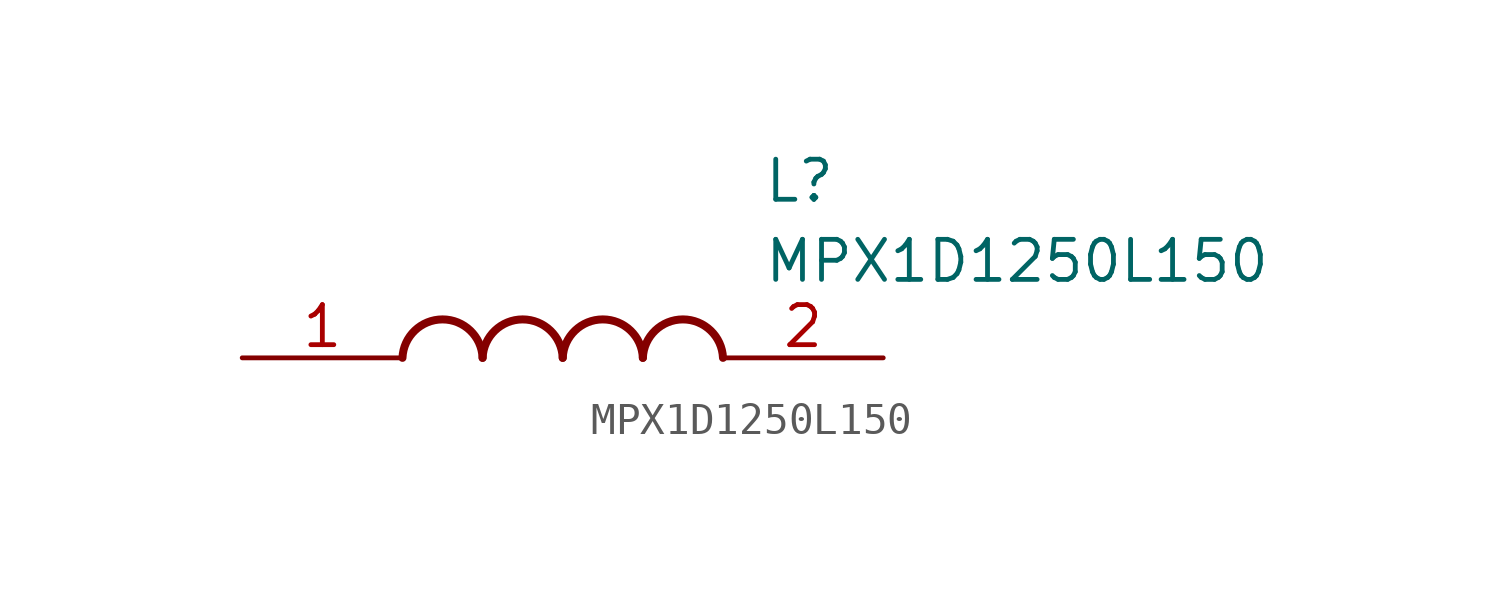
<source format=kicad_sym>
(kicad_symbol_lib
  (version 20241209)
  (generator "kicad_symbol_editor")
  (generator_version "9.0")
  (symbol "MPX1D1250L150"
    (pin_names
      (hide yes))
    (property "Reference" "L"
      (at 16.51 6.35 0)
      (effects (font (size 1.27 1.27)) (justify left top)))
    (property "Value" "MPX1D1250L150"
      (at 16.51 3.81 0)
      (effects (font (size 1.27 1.27)) (justify left top)))
    (symbol "MPX1D1250L150_1_1"
      (arc (start 5.08 0) (mid 6.35 1.219) (end 7.62 0) (stroke (width 0.254) (type default)) (fill (type none)))
      (arc (start 7.62 0) (mid 8.89 1.219) (end 10.16 0) (stroke (width 0.254) (type default)) (fill (type none)))
      (arc (start 10.16 0) (mid 11.43 1.219) (end 12.7 0) (stroke (width 0.254) (type default)) (fill (type none)))
      (arc (start 12.7 0) (mid 13.97 1.219) (end 15.24 0) (stroke (width 0.254) (type default)) (fill (type none)))
      (pin passive line (at 0 0 0) (length 5.08) (name "1" (effects (font (size 1.27 1.27)))) (number "1" (effects (font (size 1.27 1.27)))))
      (pin passive line (at 20.32 0 180) (length 5.08) (name "2" (effects (font (size 1.27 1.27)))) (number "2" (effects (font (size 1.27 1.27))))))))
</source>
